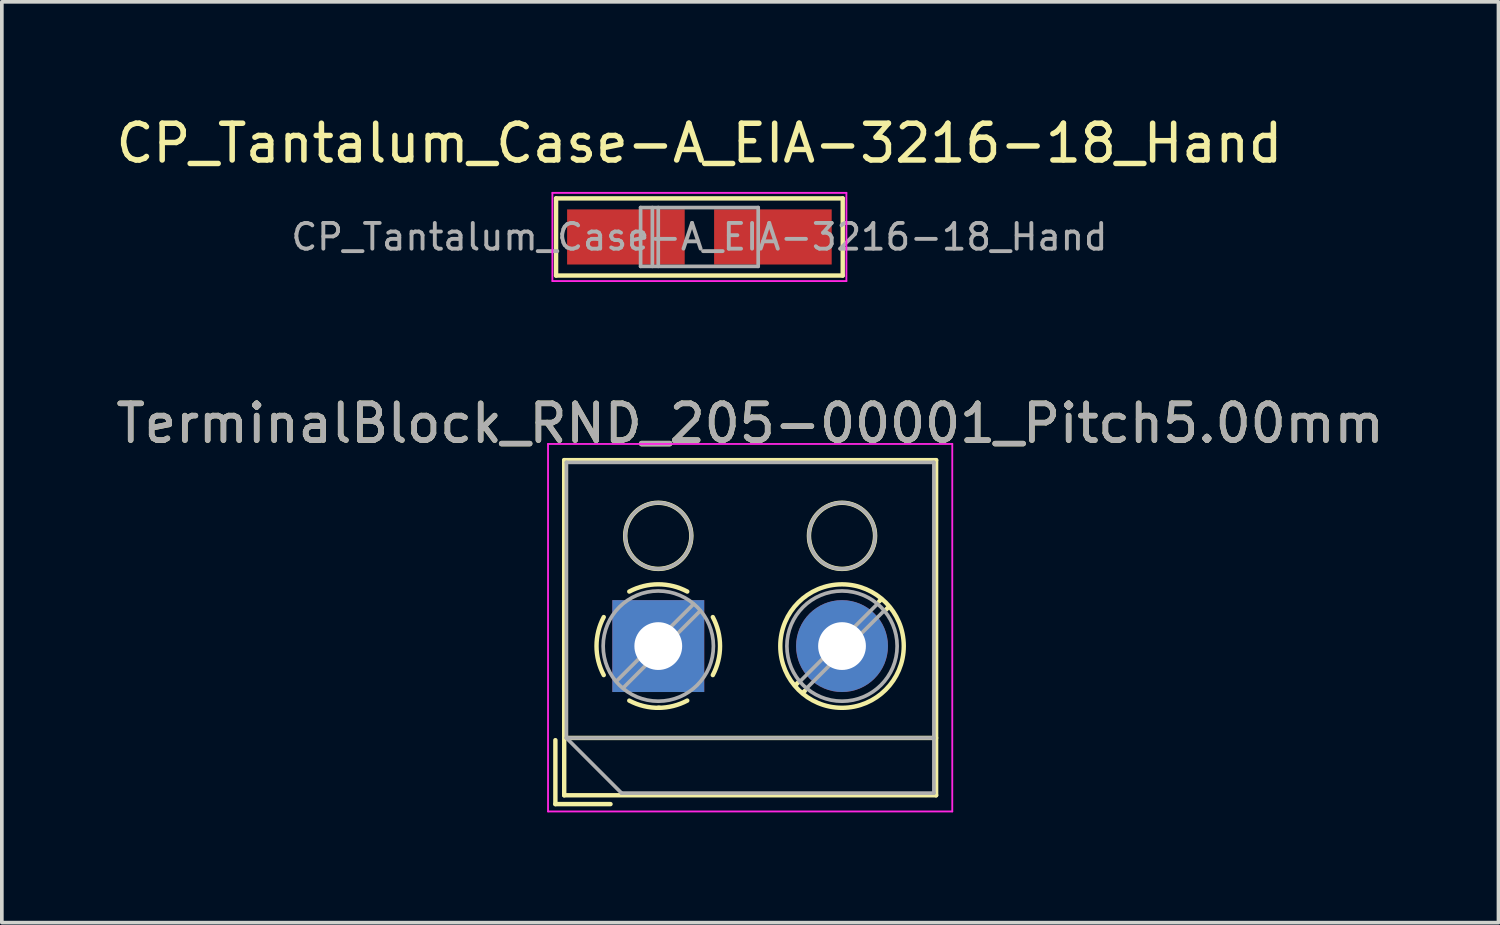
<source format=kicad_pcb>
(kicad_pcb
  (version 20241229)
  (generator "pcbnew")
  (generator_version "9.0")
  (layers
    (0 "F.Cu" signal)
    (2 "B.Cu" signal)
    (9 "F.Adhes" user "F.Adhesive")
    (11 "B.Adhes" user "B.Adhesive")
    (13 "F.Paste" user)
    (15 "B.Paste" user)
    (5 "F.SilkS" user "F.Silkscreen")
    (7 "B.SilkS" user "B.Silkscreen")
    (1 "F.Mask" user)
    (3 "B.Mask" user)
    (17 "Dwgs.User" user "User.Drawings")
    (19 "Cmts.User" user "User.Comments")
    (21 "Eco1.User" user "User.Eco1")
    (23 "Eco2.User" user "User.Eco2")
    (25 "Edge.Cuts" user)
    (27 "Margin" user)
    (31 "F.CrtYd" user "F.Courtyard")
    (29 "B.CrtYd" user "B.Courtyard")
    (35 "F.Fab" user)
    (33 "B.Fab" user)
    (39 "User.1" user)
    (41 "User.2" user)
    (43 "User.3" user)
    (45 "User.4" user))
  (footprint "CP_Tantalum_Case-A_EIA-3216-18_Hand"
    (layer "F.Cu")
    (at 15.982 3.398)
    (property "Reference" "CP_Tantalum_Case-A_EIA-3216-18_Hand" (at 0 -2.55 0) (layer "F.SilkS") (effects (font (size 1 1) (thickness 0.15))))
    (attr smd)
    (fp_line (start -3.9 -1.05) (end -3.9 1.05) (stroke (width 0.12) (type solid)) (layer "F.SilkS"))
    (fp_line (start -3.9 -1.05) (end 3.9 -1.05) (stroke (width 0.12) (type solid)) (layer "F.SilkS"))
    (fp_line (start -3.9 1.05) (end 3.9 1.05) (stroke (width 0.12) (type solid)) (layer "F.SilkS"))
    (fp_line (start 3.9 -1.05) (end 3.9 1.05) (stroke (width 0.12) (type solid)) (layer "F.SilkS"))
    (fp_line (start -4 -1.2) (end -4 1.2) (stroke (width 0.05) (type solid)) (layer "F.CrtYd"))
    (fp_line (start -4 1.2) (end 4 1.2) (stroke (width 0.05) (type solid)) (layer "F.CrtYd"))
    (fp_line (start 4 -1.2) (end -4 -1.2) (stroke (width 0.05) (type solid)) (layer "F.CrtYd"))
    (fp_line (start 4 1.2) (end 4 -1.2) (stroke (width 0.05) (type solid)) (layer "F.CrtYd"))
    (fp_line (start -1.6 -0.8) (end -1.6 0.8) (stroke (width 0.1) (type solid)) (layer "F.Fab"))
    (fp_line (start -1.6 0.8) (end 1.6 0.8) (stroke (width 0.1) (type solid)) (layer "F.Fab"))
    (fp_line (start -1.28 -0.8) (end -1.28 0.8) (stroke (width 0.1) (type solid)) (layer "F.Fab"))
    (fp_line (start -1.12 -0.8) (end -1.12 0.8) (stroke (width 0.1) (type solid)) (layer "F.Fab"))
    (fp_line (start 1.6 -0.8) (end -1.6 -0.8) (stroke (width 0.1) (type solid)) (layer "F.Fab"))
    (fp_line (start 1.6 0.8) (end 1.6 -0.8) (stroke (width 0.1) (type solid)) (layer "F.Fab"))
    (fp_text user "${REFERENCE}" (at 0 0 0) (layer "F.Fab") (effects (font (size 0.7 0.7) (thickness 0.105))))
    (pad "1" smd rect (at -2 0) (size 3.2 1.5) (layers "F.Cu" "F.Mask" "F.Paste"))
    (pad "2" smd rect (at 2 0) (size 3.2 1.5) (layers "F.Cu" "F.Mask" "F.Paste")))
  (footprint "TerminalBlock_RND_205-00001_Pitch5.00mm"
    (layer "F.Cu")
    (at 14.863 14.531)
    (property "Reference" "TerminalBlock_RND_205-00001_Pitch5.00mm" (at 2.5 -6.06 0) (layer "F.SilkS") (effects (font (size 1 1) (thickness 0.15))))
    (attr through_hole)
    (fp_line (start -2.8 2.56) (end -2.8 4.3) (stroke (width 0.12) (type solid)) (layer "F.SilkS"))
    (fp_line (start -2.8 4.3) (end -1.3 4.3) (stroke (width 0.12) (type solid)) (layer "F.SilkS"))
    (fp_line (start -2.56 -5.06) (end -2.56 4.06) (stroke (width 0.12) (type solid)) (layer "F.SilkS"))
    (fp_line (start -2.56 2.5) (end 7.56 2.5) (stroke (width 0.12) (type solid)) (layer "F.SilkS"))
    (fp_line (start -2.56 4.06) (end 7.56 4.06) (stroke (width 0.12) (type solid)) (layer "F.SilkS"))
    (fp_line (start 3.82 0.976) (end 3.726 1.069) (stroke (width 0.12) (type solid)) (layer "F.SilkS"))
    (fp_line (start 3.99 1.216) (end 3.931 1.274) (stroke (width 0.12) (type solid)) (layer "F.SilkS"))
    (fp_line (start 6.07 -1.275) (end 6.011 -1.216) (stroke (width 0.12) (type solid)) (layer "F.SilkS"))
    (fp_line (start 6.275 -1.069) (end 6.181 -0.976) (stroke (width 0.12) (type solid)) (layer "F.SilkS"))
    (fp_line (start 7.56 -5.06) (end -2.56 -5.06) (stroke (width 0.12) (type solid)) (layer "F.SilkS"))
    (fp_line (start 7.56 4.06) (end 7.56 -5.06) (stroke (width 0.12) (type solid)) (layer "F.SilkS"))
    (fp_arc (start -1.483953 0.789089) (mid -1.680708 0.00005) (end -1.484 -0.789) (stroke (width 0.12) (type solid)) (layer "F.SilkS"))
    (fp_arc (start -0.789089 -1.483953) (mid -0.00005 -1.680708) (end 0.789 -1.484) (stroke (width 0.12) (type solid)) (layer "F.SilkS"))
    (fp_arc (start 0.029383 1.68045) (mid -0.392304 1.634281) (end -0.789 1.484) (stroke (width 0.12) (type solid)) (layer "F.SilkS"))
    (fp_arc (start 0.788712 1.483352) (mid 0.406429 1.630097) (end 0 1.68) (stroke (width 0.12) (type solid)) (layer "F.SilkS"))
    (fp_arc (start 1.483953 -0.789089) (mid 1.680708 -0.00005) (end 1.484 0.789) (stroke (width 0.12) (type solid)) (layer "F.SilkS"))
    (fp_circle (center 0 -3) (end 0.9 -3) (stroke (width 0.12) (type solid)) (fill no) (layer "F.SilkS"))
    (fp_circle (center 5 -3) (end 5.9 -3) (stroke (width 0.12) (type solid)) (fill no) (layer "F.SilkS"))
    (fp_circle (center 5 0) (end 6.68 0) (stroke (width 0.12) (type solid)) (fill no) (layer "F.SilkS"))
    (fp_line (start -3 -5.5) (end -3 4.5) (stroke (width 0.05) (type solid)) (layer "F.CrtYd"))
    (fp_line (start -3 4.5) (end 8 4.5) (stroke (width 0.05) (type solid)) (layer "F.CrtYd"))
    (fp_line (start 8 -5.5) (end -3 -5.5) (stroke (width 0.05) (type solid)) (layer "F.CrtYd"))
    (fp_line (start 8 4.5) (end 8 -5.5) (stroke (width 0.05) (type solid)) (layer "F.CrtYd"))
    (fp_line (start -2.5 -5) (end 7.5 -5) (stroke (width 0.1) (type solid)) (layer "F.Fab"))
    (fp_line (start -2.5 2.5) (end -2.5 -5) (stroke (width 0.1) (type solid)) (layer "F.Fab"))
    (fp_line (start -2.5 2.5) (end 7.5 2.5) (stroke (width 0.1) (type solid)) (layer "F.Fab"))
    (fp_line (start -1 4) (end -2.5 2.5) (stroke (width 0.1) (type solid)) (layer "F.Fab"))
    (fp_line (start 0.955 -1.138) (end -1.138 0.955) (stroke (width 0.1) (type solid)) (layer "F.Fab"))
    (fp_line (start 1.138 -0.955) (end -0.955 1.138) (stroke (width 0.1) (type solid)) (layer "F.Fab"))
    (fp_line (start 5.955 -1.138) (end 3.863 0.955) (stroke (width 0.1) (type solid)) (layer "F.Fab"))
    (fp_line (start 6.138 -0.955) (end 4.046 1.138) (stroke (width 0.1) (type solid)) (layer "F.Fab"))
    (fp_line (start 7.5 -5) (end 7.5 4) (stroke (width 0.1) (type solid)) (layer "F.Fab"))
    (fp_line (start 7.5 4) (end -1 4) (stroke (width 0.1) (type solid)) (layer "F.Fab"))
    (fp_circle (center 0 -3) (end 0.9 -3) (stroke (width 0.1) (type solid)) (fill no) (layer "F.Fab"))
    (fp_circle (center 0 0) (end 1.5 0) (stroke (width 0.1) (type solid)) (fill no) (layer "F.Fab"))
    (fp_circle (center 5 -3) (end 5.9 -3) (stroke (width 0.1) (type solid)) (fill no) (layer "F.Fab"))
    (fp_circle (center 5 0) (end 6.5 0) (stroke (width 0.1) (type solid)) (fill no) (layer "F.Fab"))
    (fp_text user "${REFERENCE}" (at 2.5 -6.06 0) (layer "F.Fab") (effects (font (size 1 1) (thickness 0.15))))
    (pad "1" thru_hole rect (at 0 0) (size 2.5 2.5) (drill 1.3) (layers "*.Cu" "*.Mask"))
    (pad "2" thru_hole circle (at 5 0) (size 2.5 2.5) (drill 1.3) (layers "*.Cu" "*.Mask")))
  (gr_rect
    (start -3 -3)
    (end 37.726 22.056)
    (stroke (width 0.1) (type default))
    (fill no)
    (layer "Edge.Cuts")))
</source>
